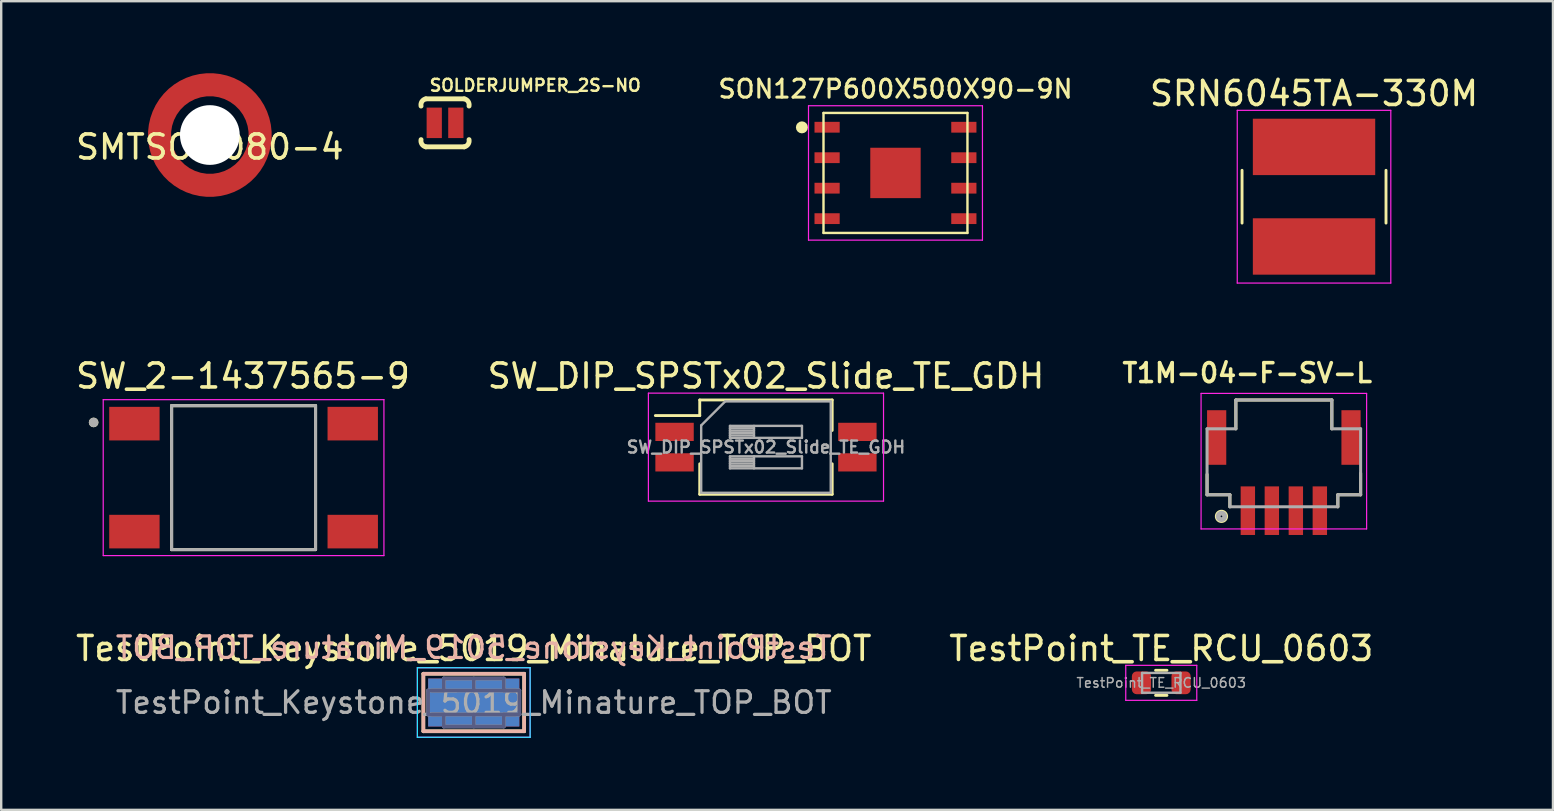
<source format=kicad_pcb>
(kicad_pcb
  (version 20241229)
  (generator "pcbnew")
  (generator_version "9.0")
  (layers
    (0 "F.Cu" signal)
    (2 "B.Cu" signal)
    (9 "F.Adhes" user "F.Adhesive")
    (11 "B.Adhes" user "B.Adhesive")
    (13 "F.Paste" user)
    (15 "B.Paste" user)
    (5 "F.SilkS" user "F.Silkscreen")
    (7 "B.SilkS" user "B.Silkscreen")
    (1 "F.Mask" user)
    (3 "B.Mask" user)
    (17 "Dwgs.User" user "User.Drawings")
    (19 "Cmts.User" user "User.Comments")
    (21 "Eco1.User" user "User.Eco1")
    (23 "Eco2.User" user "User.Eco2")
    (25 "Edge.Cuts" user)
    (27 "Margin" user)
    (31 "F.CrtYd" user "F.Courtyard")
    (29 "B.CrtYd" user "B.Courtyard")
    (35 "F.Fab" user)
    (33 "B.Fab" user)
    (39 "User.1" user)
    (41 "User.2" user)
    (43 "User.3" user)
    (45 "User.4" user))
  (footprint "SOLDERJUMPER_2S-NO"
    (layer "F.Cu")
    (at 15.499 2.07)
    (property "Reference" "SOLDERJUMPER_2S-NO" (at -0.7 -1.27 0) (layer "F.SilkS") (effects (font (size 0.5 0.5) (thickness 0.1) (bold yes)) (justify left bottom)))
    (attr through_hole)
    (fp_line (start -0.8 -1) (end 0.8 -1) (stroke (width 0.203) (type solid)) (layer "F.SilkS"))
    (fp_line (start 0.8 1) (end -0.8 1) (stroke (width 0.203) (type solid)) (layer "F.SilkS"))
    (fp_arc (start -1 -0.7) (mid -0.962132 -0.891421) (end -0.8 -1) (stroke (width 0.2032) (type solid)) (layer "F.SilkS"))
    (fp_arc (start -0.8 1) (mid -0.962132 0.891421) (end -1 0.7) (stroke (width 0.2032) (type solid)) (layer "F.SilkS"))
    (fp_arc (start 0.8 -1) (mid 0.962132 -0.891421) (end 1 -0.7) (stroke (width 0.2032) (type solid)) (layer "F.SilkS"))
    (fp_arc (start 1 0.7) (mid 0.962132 0.891421) (end 0.8 1) (stroke (width 0.2032) (type solid)) (layer "F.SilkS"))
    (pad "1" smd rect (at -0.45 0) (size 0.635 1.27) (layers "F.Cu" "F.Mask"))
    (pad "2" smd rect (at 0.45 0) (size 0.635 1.27) (layers "F.Cu" "F.Mask")))
  (footprint "T1M-04-F-SV-L"
    (layer "F.Cu")
    (at 50.46 15.847)
    (property "Reference" "T1M-04-F-SV-L" (at -1.525 -3.35 0) (layer "F.SilkS") (effects (font (size 0.787 0.787) (thickness 0.15))))
    (attr through_hole)
    (fp_line (start -3.2 0.875) (end -3.2 1.725) (stroke (width 0.127) (type solid)) (layer "F.SilkS"))
    (fp_line (start -3.2 1.725) (end -2.25 1.725) (stroke (width 0.127) (type solid)) (layer "F.SilkS"))
    (fp_line (start -2.25 1.725) (end -2.25 2.225) (stroke (width 0.127) (type solid)) (layer "F.SilkS"))
    (fp_line (start -2 -2.225) (end 2 -2.225) (stroke (width 0.127) (type solid)) (layer "F.SilkS"))
    (fp_line (start -2 -1.025) (end -2 -2.225) (stroke (width 0.127) (type solid)) (layer "F.SilkS"))
    (fp_line (start 2 -2.225) (end 2 -1.025) (stroke (width 0.127) (type solid)) (layer "F.SilkS"))
    (fp_line (start 2.25 1.725) (end 2.25 2.225) (stroke (width 0.127) (type solid)) (layer "F.SilkS"))
    (fp_line (start 3.2 0.825) (end 3.2 1.725) (stroke (width 0.127) (type solid)) (layer "F.SilkS"))
    (fp_line (start 3.2 1.725) (end 2.25 1.725) (stroke (width 0.127) (type solid)) (layer "F.SilkS"))
    (fp_circle (center -2.6 2.625) (end -2.6 2.7) (stroke (width 0.2) (type solid)) (fill no) (layer "F.SilkS"))
    (fp_line (start -3.45 -2.5) (end 3.45 -2.5) (stroke (width 0.05) (type solid)) (layer "F.CrtYd"))
    (fp_line (start -3.45 3.15) (end -3.45 -2.5) (stroke (width 0.05) (type solid)) (layer "F.CrtYd"))
    (fp_line (start 3.45 -2.5) (end 3.45 3.15) (stroke (width 0.05) (type solid)) (layer "F.CrtYd"))
    (fp_line (start 3.45 3.15) (end -3.45 3.15) (stroke (width 0.05) (type solid)) (layer "F.CrtYd"))
    (fp_line (start -3.2 -1.025) (end -2 -1.025) (stroke (width 0.127) (type solid)) (layer "F.Fab"))
    (fp_line (start -3.2 1.725) (end -3.2 -1.025) (stroke (width 0.127) (type solid)) (layer "F.Fab"))
    (fp_line (start -2.25 1.725) (end -3.2 1.725) (stroke (width 0.127) (type solid)) (layer "F.Fab"))
    (fp_line (start -2.25 2.225) (end -2.25 1.725) (stroke (width 0.127) (type solid)) (layer "F.Fab"))
    (fp_line (start -2 -2.225) (end 2 -2.225) (stroke (width 0.127) (type solid)) (layer "F.Fab"))
    (fp_line (start -2 -1.025) (end -2 -2.225) (stroke (width 0.127) (type solid)) (layer "F.Fab"))
    (fp_line (start 2 -2.225) (end 2 -1.025) (stroke (width 0.127) (type solid)) (layer "F.Fab"))
    (fp_line (start 2 -1.025) (end 3.2 -1.025) (stroke (width 0.127) (type solid)) (layer "F.Fab"))
    (fp_line (start 2.25 1.725) (end 2.25 2.225) (stroke (width 0.127) (type solid)) (layer "F.Fab"))
    (fp_line (start 2.25 2.225) (end -2.25 2.225) (stroke (width 0.127) (type solid)) (layer "F.Fab"))
    (fp_line (start 3.2 -1.025) (end 3.2 1.725) (stroke (width 0.127) (type solid)) (layer "F.Fab"))
    (fp_line (start 3.2 1.725) (end 2.25 1.725) (stroke (width 0.127) (type solid)) (layer "F.Fab"))
    (fp_circle (center -2.6 2.625) (end -2.465 2.625) (stroke (width 0.2) (type solid)) (fill no) (layer "F.Fab"))
    (pad "1" smd rect (at -1.5 2.388) (size 0.6 2.025) (layers "F.Cu" "F.Mask" "F.Paste"))
    (pad "2" smd rect (at -0.5 2.388) (size 0.6 2.025) (layers "F.Cu" "F.Mask" "F.Paste"))
    (pad "3" smd rect (at 0.5 2.388) (size 0.6 2.025) (layers "F.Cu" "F.Mask" "F.Paste"))
    (pad "4" smd rect (at 1.5 2.388) (size 0.6 2.025) (layers "F.Cu" "F.Mask" "F.Paste"))
    (pad "G1" smd rect (at -2.8 -0.662) (size 0.8 2.275) (layers "F.Cu" "F.Mask" "F.Paste"))
    (pad "G2" smd rect (at 2.8 -0.662) (size 0.8 2.275) (layers "F.Cu" "F.Mask" "F.Paste")))
  (footprint "SON127P600X500X90-9N"
    (layer "F.Cu")
    (at 34.273 4.158)
    (property "Reference" "SON127P600X500X90-9N" (at 0 -3.5 0) (layer "F.SilkS") (effects (font (size 0.75 0.75) (thickness 0.125) (bold yes))))
    (attr through_hole)
    (fp_line (start -3 -2.5) (end 3 -2.5) (stroke (width 0.1) (type solid)) (layer "F.SilkS"))
    (fp_line (start -3 2.5) (end -3 -2.5) (stroke (width 0.1) (type solid)) (layer "F.SilkS"))
    (fp_line (start 3 -2.5) (end 3 2.5) (stroke (width 0.1) (type solid)) (layer "F.SilkS"))
    (fp_line (start 3 2.5) (end -3 2.5) (stroke (width 0.1) (type solid)) (layer "F.SilkS"))
    (fp_circle (center -3.9 -1.9) (end -3.775 -1.9) (stroke (width 0.25) (type solid)) (fill no) (layer "F.SilkS"))
    (fp_line (start -3.625 -2.8) (end 3.625 -2.8) (stroke (width 0.05) (type solid)) (layer "F.CrtYd"))
    (fp_line (start -3.625 2.8) (end -3.625 -2.8) (stroke (width 0.05) (type solid)) (layer "F.CrtYd"))
    (fp_line (start 3.625 -2.8) (end 3.625 2.8) (stroke (width 0.05) (type solid)) (layer "F.CrtYd"))
    (fp_line (start 3.625 2.8) (end -3.625 2.8) (stroke (width 0.05) (type solid)) (layer "F.CrtYd"))
    (pad "1" smd rect (at -2.85 -1.905) (size 1.05 0.45) (layers "F.Cu" "F.Mask" "F.Paste"))
    (pad "2" smd rect (at -2.85 -0.635) (size 1.05 0.45) (layers "F.Cu" "F.Mask" "F.Paste"))
    (pad "3" smd rect (at -2.85 0.635) (size 1.05 0.45) (layers "F.Cu" "F.Mask" "F.Paste"))
    (pad "4" smd rect (at -2.85 1.905) (size 1.05 0.45) (layers "F.Cu" "F.Mask" "F.Paste"))
    (pad "5" smd rect (at 2.85 1.905) (size 1.05 0.45) (layers "F.Cu" "F.Mask" "F.Paste"))
    (pad "6" smd rect (at 2.85 0.635) (size 1.05 0.45) (layers "F.Cu" "F.Mask" "F.Paste"))
    (pad "7" smd rect (at 2.85 -0.635) (size 1.05 0.45) (layers "F.Cu" "F.Mask" "F.Paste"))
    (pad "8" smd rect (at 2.85 -1.905) (size 1.05 0.45) (layers "F.Cu" "F.Mask" "F.Paste"))
    (pad "9" smd rect (at 0 0 90) (size 2.1 2.1) (layers "F.Cu" "F.Mask" "F.Paste")))
  (footprint "SW_2-1437565-9"
    (layer "F.Cu")
    (at 7.102 16.857)
    (property "Reference" "SW_2-1437565-9" (at -0.025 -4.235 0) (layer "F.SilkS") (effects (font (size 1 1) (thickness 0.15))))
    (attr through_hole)
    (fp_line (start -3 3) (end -3 -3) (stroke (width 0.127) (type solid)) (layer "F.SilkS"))
    (fp_line (start 3 -3) (end -3 -3) (stroke (width 0.127) (type solid)) (layer "F.SilkS"))
    (fp_line (start 3 -3) (end 3 3) (stroke (width 0.127) (type solid)) (layer "F.SilkS"))
    (fp_line (start 3 3) (end -3 3) (stroke (width 0.127) (type solid)) (layer "F.SilkS"))
    (fp_circle (center -6.25 -2.3) (end -6.15 -2.3) (stroke (width 0.2) (type solid)) (fill no) (layer "F.SilkS"))
    (fp_line (start -5.85 -3.25) (end -5.85 3.25) (stroke (width 0.05) (type solid)) (layer "F.CrtYd"))
    (fp_line (start -5.85 3.25) (end 5.85 3.25) (stroke (width 0.05) (type solid)) (layer "F.CrtYd"))
    (fp_line (start 5.85 -3.25) (end -5.85 -3.25) (stroke (width 0.05) (type solid)) (layer "F.CrtYd"))
    (fp_line (start 5.85 3.25) (end 5.85 -3.25) (stroke (width 0.05) (type solid)) (layer "F.CrtYd"))
    (fp_line (start -3 -3) (end -3 3) (stroke (width 0.127) (type solid)) (layer "F.Fab"))
    (fp_line (start -3 3) (end 3 3) (stroke (width 0.127) (type solid)) (layer "F.Fab"))
    (fp_line (start 3 -3) (end -3 -3) (stroke (width 0.127) (type solid)) (layer "F.Fab"))
    (fp_line (start 3 3) (end 3 -3) (stroke (width 0.127) (type solid)) (layer "F.Fab"))
    (fp_circle (center -6.25 -2.3) (end -6.15 -2.3) (stroke (width 0.2) (type solid)) (fill no) (layer "F.Fab"))
    (pad "1" smd rect (at -4.55 -2.25) (size 2.1 1.4) (layers "F.Cu" "F.Mask" "F.Paste"))
    (pad "1" smd rect (at 4.55 -2.25) (size 2.1 1.4) (layers "F.Cu" "F.Mask" "F.Paste"))
    (pad "2" smd rect (at -4.55 2.25) (size 2.1 1.4) (layers "F.Cu" "F.Mask" "F.Paste"))
    (pad "2" smd rect (at 4.55 2.25) (size 2.1 1.4) (layers "F.Cu" "F.Mask" "F.Paste")))
  (footprint "TestPoint_Keystone_5019_Minature_TOP_BOT"
    (layer "F.Cu")
    (at 16.696 26.23)
    (property "Reference" "TestPoint_Keystone_5019_Minature_TOP_BOT" (at 0 -2.25 0) (layer "F.SilkS") (effects (font (size 1 1) (thickness 0.15))))
    (attr smd)
    (fp_line (start -2.1 -1.2) (end 2.1 -1.2) (stroke (width 0.15) (type solid)) (layer "F.SilkS"))
    (fp_line (start -2.1 1.2) (end -2.1 -1.2) (stroke (width 0.15) (type solid)) (layer "F.SilkS"))
    (fp_line (start 2.1 -1.2) (end 2.1 1.2) (stroke (width 0.15) (type solid)) (layer "F.SilkS"))
    (fp_line (start 2.1 1.2) (end -2.1 1.2) (stroke (width 0.15) (type solid)) (layer "F.SilkS"))
    (fp_line (start -2.1 -1.2) (end -2.1 1.2) (stroke (width 0.15) (type solid)) (layer "B.SilkS"))
    (fp_line (start -2.1 1.2) (end 2.1 1.2) (stroke (width 0.15) (type solid)) (layer "B.SilkS"))
    (fp_line (start 2.1 -1.2) (end -2.1 -1.2) (stroke (width 0.15) (type solid)) (layer "B.SilkS"))
    (fp_line (start 2.1 1.2) (end 2.1 -1.2) (stroke (width 0.15) (type solid)) (layer "B.SilkS"))
    (fp_line (start -2.35 -1.45) (end -2.35 1.45) (stroke (width 0.05) (type solid)) (layer "B.CrtYd"))
    (fp_line (start -2.35 1.45) (end 2.35 1.45) (stroke (width 0.05) (type solid)) (layer "B.CrtYd"))
    (fp_line (start 2.35 -1.45) (end -2.35 -1.45) (stroke (width 0.05) (type solid)) (layer "B.CrtYd"))
    (fp_line (start 2.35 1.45) (end 2.35 -1.45) (stroke (width 0.05) (type solid)) (layer "B.CrtYd"))
    (fp_line (start -2.35 -1.45) (end 2.35 -1.45) (stroke (width 0.05) (type solid)) (layer "F.CrtYd"))
    (fp_line (start -2.35 1.45) (end -2.35 -1.45) (stroke (width 0.05) (type solid)) (layer "F.CrtYd"))
    (fp_line (start 2.35 -1.45) (end 2.35 1.45) (stroke (width 0.05) (type solid)) (layer "F.CrtYd"))
    (fp_line (start 2.35 1.45) (end -2.35 1.45) (stroke (width 0.05) (type solid)) (layer "F.CrtYd"))
    (fp_line (start -1.9 0.5) (end -1.9 -0.5) (stroke (width 0.15) (type solid)) (layer "B.Fab"))
    (fp_line (start -1.9 0.5) (end 1.9 0.5) (stroke (width 0.15) (type solid)) (layer "B.Fab"))
    (fp_line (start -1.75 -0.5) (end -1.25 -0.5) (stroke (width 0.15) (type solid)) (layer "B.Fab"))
    (fp_line (start -1.25 -1) (end 1.25 -1) (stroke (width 0.15) (type solid)) (layer "B.Fab"))
    (fp_line (start -1.25 -0.5) (end -1.25 -1) (stroke (width 0.15) (type solid)) (layer "B.Fab"))
    (fp_line (start -1.25 0.5) (end -1.75 0.5) (stroke (width 0.15) (type solid)) (layer "B.Fab"))
    (fp_line (start -1.25 1) (end -1.25 0.5) (stroke (width 0.15) (type solid)) (layer "B.Fab"))
    (fp_line (start 0 -1) (end 0 -0.5) (stroke (width 0.15) (type solid)) (layer "B.Fab"))
    (fp_line (start 0 0.5) (end 0 1) (stroke (width 0.15) (type solid)) (layer "B.Fab"))
    (fp_line (start 1.25 -1) (end 1.25 -0.5) (stroke (width 0.15) (type solid)) (layer "B.Fab"))
    (fp_line (start 1.25 -0.5) (end 1.75 -0.5) (stroke (width 0.15) (type solid)) (layer "B.Fab"))
    (fp_line (start 1.25 0.5) (end 1.25 1) (stroke (width 0.15) (type solid)) (layer "B.Fab"))
    (fp_line (start 1.25 1) (end -1.25 1) (stroke (width 0.15) (type solid)) (layer "B.Fab"))
    (fp_line (start 1.75 0.5) (end 1.25 0.5) (stroke (width 0.15) (type solid)) (layer "B.Fab"))
    (fp_line (start 1.9 -0.5) (end -1.9 -0.5) (stroke (width 0.15) (type solid)) (layer "B.Fab"))
    (fp_line (start 1.9 -0.5) (end 1.9 0.5) (stroke (width 0.15) (type solid)) (layer "B.Fab"))
    (fp_line (start -1.9 -0.5) (end -1.9 0.5) (stroke (width 0.15) (type solid)) (layer "F.Fab"))
    (fp_line (start -1.9 -0.5) (end 1.9 -0.5) (stroke (width 0.15) (type solid)) (layer "F.Fab"))
    (fp_line (start -1.75 0.5) (end -1.25 0.5) (stroke (width 0.15) (type solid)) (layer "F.Fab"))
    (fp_line (start -1.25 -1) (end -1.25 -0.5) (stroke (width 0.15) (type solid)) (layer "F.Fab"))
    (fp_line (start -1.25 -0.5) (end -1.75 -0.5) (stroke (width 0.15) (type solid)) (layer "F.Fab"))
    (fp_line (start -1.25 0.5) (end -1.25 1) (stroke (width 0.15) (type solid)) (layer "F.Fab"))
    (fp_line (start -1.25 1) (end 1.25 1) (stroke (width 0.15) (type solid)) (layer "F.Fab"))
    (fp_line (start 0 -1) (end 0 -0.5) (stroke (width 0.15) (type solid)) (layer "F.Fab"))
    (fp_line (start 0 0.5) (end 0 1) (stroke (width 0.15) (type solid)) (layer "F.Fab"))
    (fp_line (start 1.25 -1) (end -1.25 -1) (stroke (width 0.15) (type solid)) (layer "F.Fab"))
    (fp_line (start 1.25 -0.5) (end 1.25 -1) (stroke (width 0.15) (type solid)) (layer "F.Fab"))
    (fp_line (start 1.25 0.5) (end 1.75 0.5) (stroke (width 0.15) (type solid)) (layer "F.Fab"))
    (fp_line (start 1.25 1) (end 1.25 0.5) (stroke (width 0.15) (type solid)) (layer "F.Fab"))
    (fp_line (start 1.75 -0.5) (end 1.25 -0.5) (stroke (width 0.15) (type solid)) (layer "F.Fab"))
    (fp_line (start 1.9 0.5) (end -1.9 0.5) (stroke (width 0.15) (type solid)) (layer "F.Fab"))
    (fp_line (start 1.9 0.5) (end 1.9 -0.5) (stroke (width 0.15) (type solid)) (layer "F.Fab"))
    (fp_text user "${REFERENCE}" (at 0 -2.286 0) (layer "B.SilkS") (effects (font (size 0.9 0.9) (thickness 0.135)) (justify mirror)))
    (fp_text user "${REFERENCE}" (at 0 0 0) (layer "F.Fab") (effects (font (size 0.9 0.9) (thickness 0.135))))
    (pad "1" smd rect (at 0 0) (size 3.8 2) (layers "F.Cu" "F.Mask" "F.Paste"))
    (pad "1" smd rect (at 0 0) (size 3.8 2) (layers "B.Cu" "B.Mask" "B.Paste")))
  (footprint "SW_DIP_SPSTx02_Slide_TE_GDH"
    (layer "F.Cu")
    (at 28.875 15.586)
    (property "Reference" "SW_DIP_SPSTx02_Slide_TE_GDH" (at 0 -2.965 0) (layer "F.SilkS") (effects (font (size 1 1) (thickness 0.15))))
    (attr smd)
    (fp_line (start -4.61 -1.315) (end -2.76 -1.315) (stroke (width 0.12) (type solid)) (layer "F.SilkS"))
    (fp_line (start -2.76 -1.965) (end -2.76 -1.315) (stroke (width 0.12) (type solid)) (layer "F.SilkS"))
    (fp_line (start -2.76 -1.965) (end 2.76 -1.965) (stroke (width 0.12) (type solid)) (layer "F.SilkS"))
    (fp_line (start -2.76 0.695) (end -2.76 1.965) (stroke (width 0.12) (type solid)) (layer "F.SilkS"))
    (fp_line (start -2.76 1.965) (end 2.76 1.965) (stroke (width 0.12) (type solid)) (layer "F.SilkS"))
    (fp_line (start 2.76 -1.965) (end 2.76 -0.696) (stroke (width 0.12) (type solid)) (layer "F.SilkS"))
    (fp_line (start 2.76 0.695) (end 2.76 1.965) (stroke (width 0.12) (type solid)) (layer "F.SilkS"))
    (fp_line (start -4.9 -2.25) (end -4.9 2.25) (stroke (width 0.05) (type solid)) (layer "F.CrtYd"))
    (fp_line (start -4.9 2.25) (end 4.9 2.25) (stroke (width 0.05) (type solid)) (layer "F.CrtYd"))
    (fp_line (start 4.9 -2.25) (end -4.9 -2.25) (stroke (width 0.05) (type solid)) (layer "F.CrtYd"))
    (fp_line (start 4.9 2.25) (end 4.9 -2.25) (stroke (width 0.05) (type solid)) (layer "F.CrtYd"))
    (fp_line (start -2.7 -0.905) (end -1.7 -1.905) (stroke (width 0.1) (type solid)) (layer "F.Fab"))
    (fp_line (start -2.7 1.905) (end -2.7 -0.905) (stroke (width 0.1) (type solid)) (layer "F.Fab"))
    (fp_line (start -1.7 -1.905) (end 2.7 -1.905) (stroke (width 0.1) (type solid)) (layer "F.Fab"))
    (fp_line (start -1.5 -0.885) (end -1.5 -0.385) (stroke (width 0.1) (type solid)) (layer "F.Fab"))
    (fp_line (start -1.5 -0.785) (end -0.5 -0.785) (stroke (width 0.1) (type solid)) (layer "F.Fab"))
    (fp_line (start -1.5 -0.685) (end -0.5 -0.685) (stroke (width 0.1) (type solid)) (layer "F.Fab"))
    (fp_line (start -1.5 -0.585) (end -0.5 -0.585) (stroke (width 0.1) (type solid)) (layer "F.Fab"))
    (fp_line (start -1.5 -0.485) (end -0.5 -0.485) (stroke (width 0.1) (type solid)) (layer "F.Fab"))
    (fp_line (start -1.5 -0.385) (end 1.5 -0.385) (stroke (width 0.1) (type solid)) (layer "F.Fab"))
    (fp_line (start -1.5 0.385) (end -1.5 0.885) (stroke (width 0.1) (type solid)) (layer "F.Fab"))
    (fp_line (start -1.5 0.485) (end -0.5 0.485) (stroke (width 0.1) (type solid)) (layer "F.Fab"))
    (fp_line (start -1.5 0.585) (end -0.5 0.585) (stroke (width 0.1) (type solid)) (layer "F.Fab"))
    (fp_line (start -1.5 0.685) (end -0.5 0.685) (stroke (width 0.1) (type solid)) (layer "F.Fab"))
    (fp_line (start -1.5 0.785) (end -0.5 0.785) (stroke (width 0.1) (type solid)) (layer "F.Fab"))
    (fp_line (start -1.5 0.885) (end 1.5 0.885) (stroke (width 0.1) (type solid)) (layer "F.Fab"))
    (fp_line (start -0.5 -0.885) (end -0.5 -0.385) (stroke (width 0.1) (type solid)) (layer "F.Fab"))
    (fp_line (start -0.5 0.385) (end -0.5 0.885) (stroke (width 0.1) (type solid)) (layer "F.Fab"))
    (fp_line (start 1.5 -0.885) (end -1.5 -0.885) (stroke (width 0.1) (type solid)) (layer "F.Fab"))
    (fp_line (start 1.5 -0.385) (end 1.5 -0.885) (stroke (width 0.1) (type solid)) (layer "F.Fab"))
    (fp_line (start 1.5 0.385) (end -1.5 0.385) (stroke (width 0.1) (type solid)) (layer "F.Fab"))
    (fp_line (start 1.5 0.885) (end 1.5 0.385) (stroke (width 0.1) (type solid)) (layer "F.Fab"))
    (fp_line (start 2.7 -1.905) (end 2.7 1.905) (stroke (width 0.1) (type solid)) (layer "F.Fab"))
    (fp_line (start 2.7 1.905) (end -2.7 1.905) (stroke (width 0.1) (type solid)) (layer "F.Fab"))
    (fp_text user "${REFERENCE}" (at 0 0 180) (layer "F.Fab") (effects (font (size 0.5 0.5) (thickness 0.1) (bold yes))))
    (fp_text user "on" (at 0.195 -1.395 0) (layer "User.1") (effects (font (size 0.8 0.8) (thickness 0.12))))
    (pad "1" smd rect (at -3.81 -0.635) (size 1.6 0.76) (layers "F.Cu" "F.Mask" "F.Paste"))
    (pad "2" smd rect (at -3.81 0.635) (size 1.6 0.76) (layers "F.Cu" "F.Mask" "F.Paste"))
    (pad "3" smd rect (at 3.81 0.635) (size 1.6 0.76) (layers "F.Cu" "F.Mask" "F.Paste"))
    (pad "4" smd rect (at 3.81 -0.635) (size 1.6 0.76) (layers "F.Cu" "F.Mask" "F.Paste")))
  (footprint "SMTSO-080-4"
    (layer "F.Cu")
    (at 5.696 2.578)
    (property "Reference" "SMTSO-080-4" (at 0 0.5 0) (layer "F.SilkS") (effects (font (size 1 1) (thickness 0.15))))
    (attr through_hole)
    (fp_circle (center 0 0) (end 0.000025 0) (stroke (width 3.81) (type solid)) (fill no) (layer "F.Mask"))
    (pad "" np_thru_hole circle (at 0 0 90) (size 2.489 2.489) (drill 2.489) (layers "*.Cu" "*.Mask"))
    (pad "1" smd custom (at 0 2.095 90) (size 0.025 0.025) (layers "F.Cu" "F.Mask" "F.Paste") (options (anchor circle)) (primitives (gr_circle (center 2.095 0) (end 4.191 0) (width 0.965) (fill no)))))
  (footprint "TestPoint_TE_RCU_0603"
    (layer "F.Cu")
    (at 45.351 25.41)
    (property "Reference" "TestPoint_TE_RCU_0603" (at 0 -1.43 0) (layer "F.SilkS") (effects (font (size 1 1) (thickness 0.15))))
    (attr smd)
    (fp_line (start -0.237 -0.522) (end 0.237 -0.522) (stroke (width 0.12) (type solid)) (layer "F.SilkS"))
    (fp_line (start -0.237 0.522) (end 0.237 0.522) (stroke (width 0.12) (type solid)) (layer "F.SilkS"))
    (fp_line (start -1.48 -0.73) (end 1.48 -0.73) (stroke (width 0.05) (type solid)) (layer "F.CrtYd"))
    (fp_line (start -1.48 0.73) (end -1.48 -0.73) (stroke (width 0.05) (type solid)) (layer "F.CrtYd"))
    (fp_line (start 1.48 -0.73) (end 1.48 0.73) (stroke (width 0.05) (type solid)) (layer "F.CrtYd"))
    (fp_line (start 1.48 0.73) (end -1.48 0.73) (stroke (width 0.05) (type solid)) (layer "F.CrtYd"))
    (fp_line (start -0.8 -0.412) (end 0.8 -0.412) (stroke (width 0.1) (type solid)) (layer "F.Fab"))
    (fp_line (start -0.8 0.412) (end -0.8 -0.412) (stroke (width 0.1) (type solid)) (layer "F.Fab"))
    (fp_line (start 0.8 -0.412) (end 0.8 0.412) (stroke (width 0.1) (type solid)) (layer "F.Fab"))
    (fp_line (start 0.8 0.412) (end -0.8 0.412) (stroke (width 0.1) (type solid)) (layer "F.Fab"))
    (fp_text user "${REFERENCE}" (at 0 0 0) (layer "F.Fab") (effects (font (size 0.4 0.4) (thickness 0.06))))
    (pad "1" smd roundrect (at -0.825 0) (size 0.8 0.95) (layers "F.Cu" "F.Mask" "F.Paste") (roundrect_rratio 0.25))
    (pad "2" smd roundrect (at 0.825 0) (size 0.8 0.95) (layers "F.Cu" "F.Mask" "F.Paste") (roundrect_rratio 0.25))
    (zone (net_name "") (layer "F.Cu") (hatch edge 0.5) (connect_pads) (min_thickness 0.25) (filled_areas_thickness no) (keepout (tracks allowed) (vias allowed) (pads allowed) (copperpour not_allowed) (footprints allowed)) (placement (enabled no)) (fill) (polygon (pts (xy 44.97 26.045) (xy 44.97 24.775) (xy 45.732 24.775) (xy 45.732 26.045)))))
  (footprint "SRN6045TA-330M"
    (layer "F.Cu")
    (at 51.718 5.148)
    (property "Reference" "SRN6045TA-330M" (at 0 -4.3 180) (layer "F.SilkS") (effects (font (size 1 1) (thickness 0.15))))
    (attr through_hole)
    (fp_line (start -3 1.1) (end -3 -1.1) (stroke (width 0.12) (type solid)) (layer "F.SilkS"))
    (fp_line (start 3 -1.1) (end 3 1.1) (stroke (width 0.12) (type solid)) (layer "F.SilkS"))
    (fp_line (start -3.2 -3.6) (end 3.2 -3.6) (stroke (width 0.05) (type default)) (layer "F.CrtYd"))
    (fp_line (start -3.2 3.6) (end -3.2 -3.6) (stroke (width 0.05) (type default)) (layer "F.CrtYd"))
    (fp_line (start -3.2 3.6) (end 3.2 3.6) (stroke (width 0.05) (type default)) (layer "F.CrtYd"))
    (fp_line (start 3.2 3.6) (end 3.2 -3.6) (stroke (width 0.05) (type default)) (layer "F.CrtYd"))
    (pad "1" smd rect (at 0 -2.075) (size 5.1 2.35) (layers "F.Cu" "F.Mask" "F.Paste"))
    (pad "2" smd rect (at 0 2.075 180) (size 5.1 2.35) (layers "F.Cu" "F.Mask" "F.Paste")))
  (gr_rect
    (start -3 -3)
    (end 61.677 30.705)
    (stroke (width 0.1) (type default))
    (fill no)
    (layer "Edge.Cuts")))
</source>
